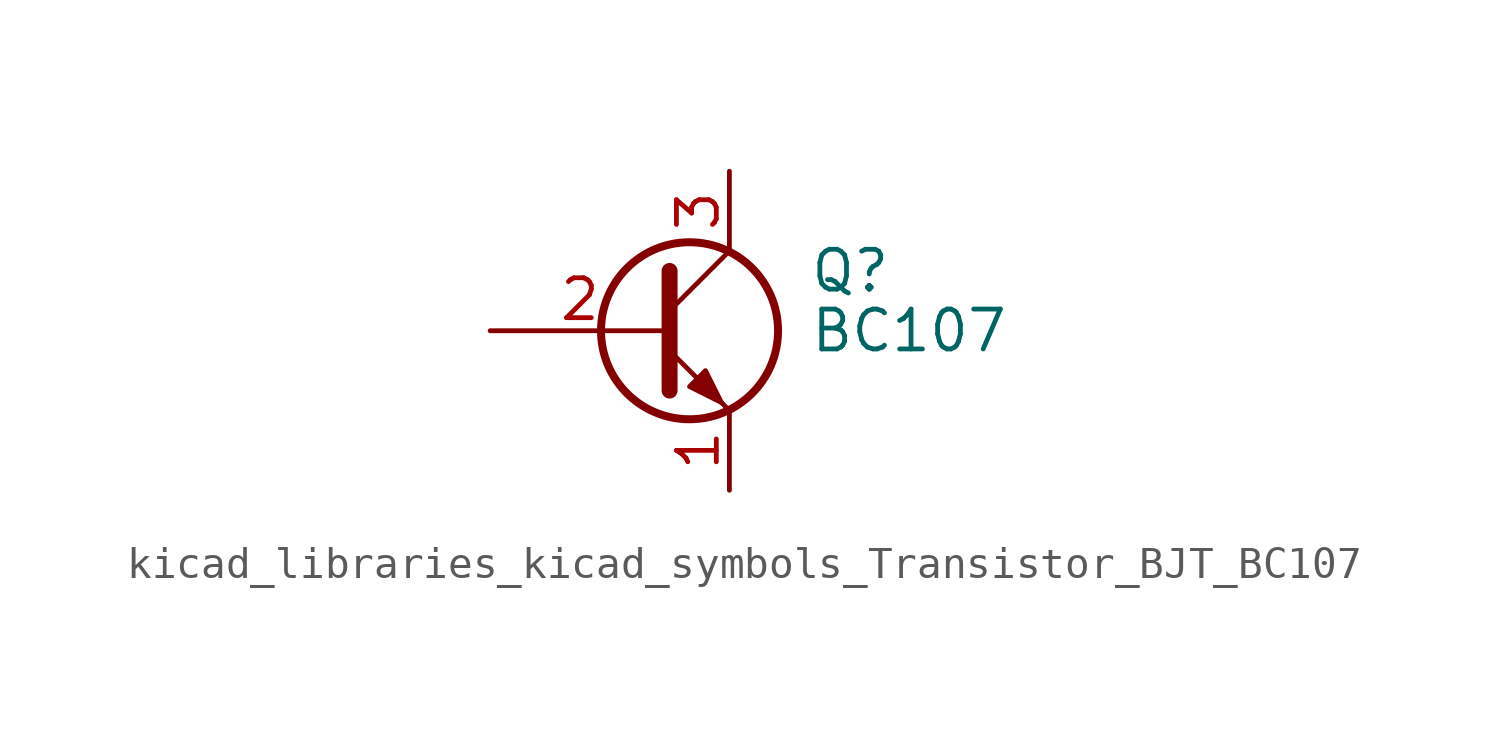
<source format=kicad_sym>
(kicad_symbol_lib
  (version 20220914)
  (generator kicad_symbol_editor)
  (symbol "kicad_libraries_kicad_symbols_Transistor_BJT_BC107"
    (pin_names
      (offset 0) hide)
    (property "Reference" "Q"
      (at 5.08 1.905 0)
      (effects (font (size 1.27 1.27)) (justify left)))
    (property "Value" "BC107"
      (at 5.08 0 0)
      (effects (font (size 1.27 1.27)) (justify left)))
    (symbol "kicad_libraries_kicad_symbols_Transistor_BJT_BC107_0_1"
      (polyline (pts (xy 0.635 0.635) (xy 2.54 2.54)) (stroke (width 0) (type default)) (fill (type none)))
      (polyline (pts (xy 0.635 -0.635) (xy 2.54 -2.54) (xy 2.54 -2.54)) (stroke (width 0) (type default)) (fill (type none)))
      (polyline (pts (xy 0.635 1.905) (xy 0.635 -1.905) (xy 0.635 -1.905)) (stroke (width 0.508) (type default)) (fill (type none)))
      (polyline (pts (xy 1.27 -1.778) (xy 1.778 -1.27) (xy 2.286 -2.286) (xy 1.27 -1.778) (xy 1.27 -1.778)) (stroke (width 0) (type default)) (fill (type outline)))
      (circle (center 1.27 0) (radius 2.819) (stroke (width 0.254) (type default)) (fill (type none))))
    (symbol "kicad_libraries_kicad_symbols_Transistor_BJT_BC107_1_1"
      (pin passive line (at 2.54 -5.08 90) (length 2.54) (name "E" (effects (font (size 1.27 1.27)))) (number "1" (effects (font (size 1.27 1.27)))))
      (pin input line (at -5.08 0 0) (length 5.715) (name "B" (effects (font (size 1.27 1.27)))) (number "2" (effects (font (size 1.27 1.27)))))
      (pin passive line (at 2.54 5.08 270) (length 2.54) (name "C" (effects (font (size 1.27 1.27)))) (number "3" (effects (font (size 1.27 1.27))))))))
</source>
